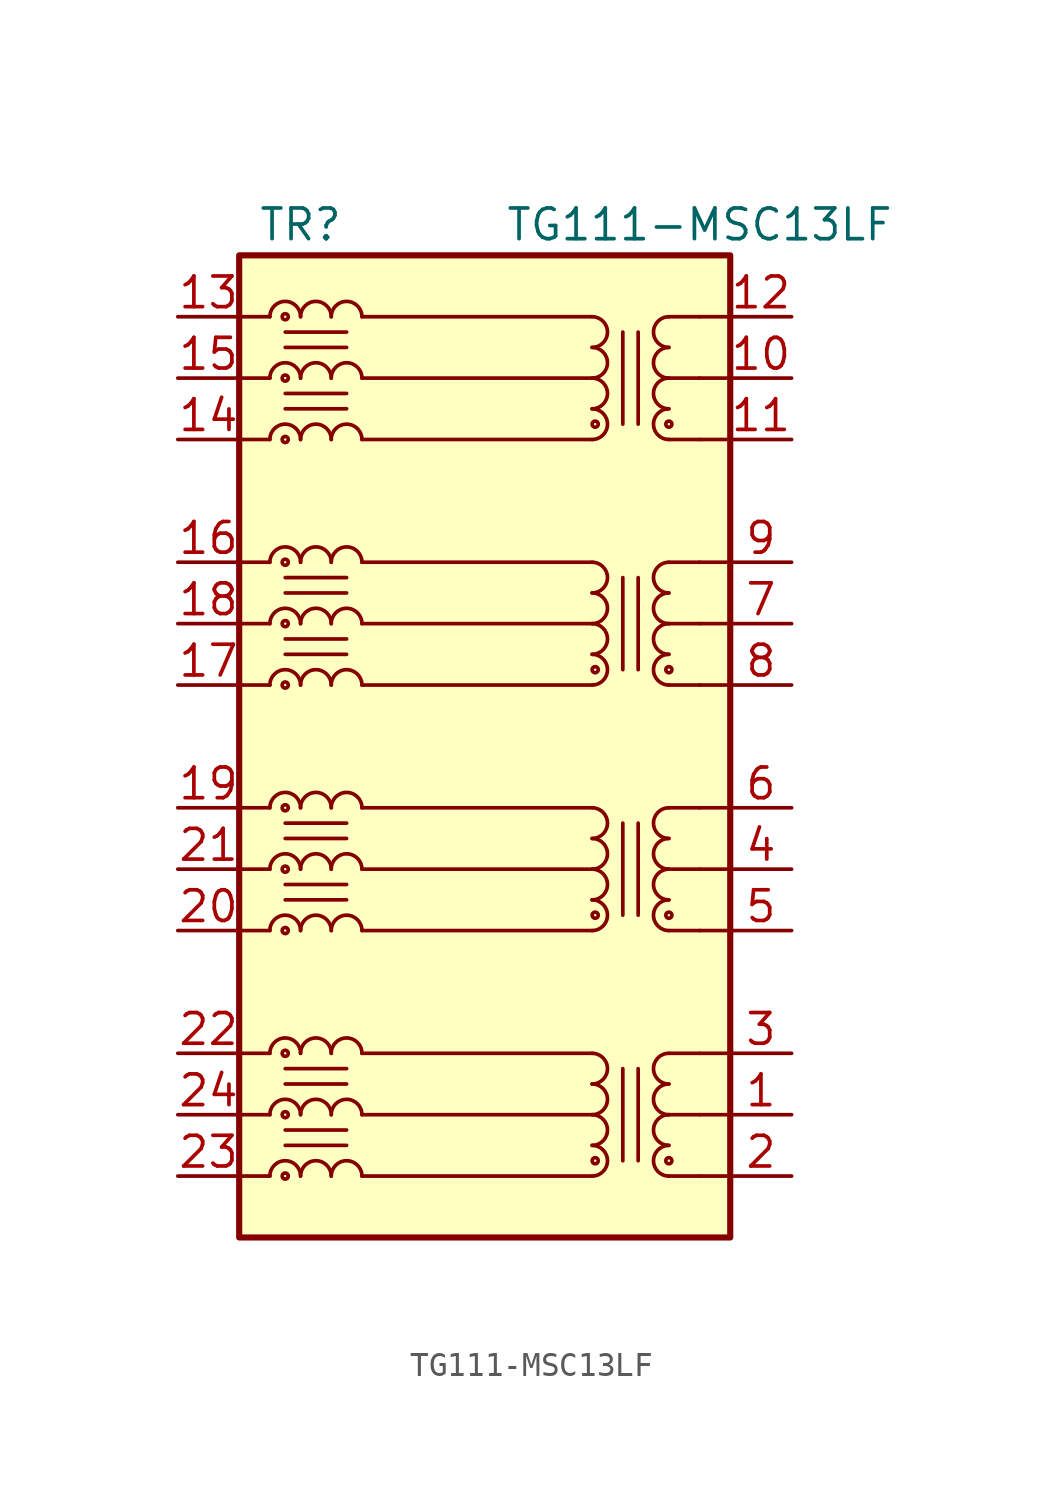
<source format=kicad_sym>
(kicad_symbol_lib
  (version 20200908)
  (generator kicad_symbol_editor)
  (symbol "Transformer:TG111-MSC13LF"
    (pin_names hide)
    (property "Reference" "TR"
      (at -7.62 21.59 0)
      (effects (font (size 1.27 1.27))))
    (property "Value" "TG111-MSC13LF"
      (at 8.89 21.59 0)
      (effects (font (size 1.27 1.27))))
    (symbol "TG111-MSC13LF_1_1"
      (arc (start -7.62 -17.78) (end -8.89 -17.78) (radius (at -8.255 -17.78) (length 0.635) (angles 0.1 179.9)) (stroke (width 0)) (fill (type none)))
      (arc (start -7.62 -15.24) (end -8.89 -15.24) (radius (at -8.255 -15.24) (length 0.635) (angles 0.1 179.9)) (stroke (width 0)) (fill (type none)))
      (arc (start -7.62 -12.7) (end -8.89 -12.7) (radius (at -8.255 -12.7) (length 0.635) (angles 0.1 179.9)) (stroke (width 0)) (fill (type none)))
      (arc (start -7.62 -7.62) (end -8.89 -7.62) (radius (at -8.255 -7.62) (length 0.635) (angles 0.1 179.9)) (stroke (width 0)) (fill (type none)))
      (arc (start -7.62 -5.08) (end -8.89 -5.08) (radius (at -8.255 -5.08) (length 0.635) (angles 0.1 179.9)) (stroke (width 0)) (fill (type none)))
      (arc (start -7.62 -2.54) (end -8.89 -2.54) (radius (at -8.255 -2.54) (length 0.635) (angles 0.1 179.9)) (stroke (width 0)) (fill (type none)))
      (arc (start -7.62 2.54) (end -8.89 2.54) (radius (at -8.255 2.54) (length 0.635) (angles 0.1 179.9)) (stroke (width 0)) (fill (type none)))
      (arc (start -7.62 5.08) (end -8.89 5.08) (radius (at -8.255 5.08) (length 0.635) (angles 0.1 179.9)) (stroke (width 0)) (fill (type none)))
      (arc (start -7.62 7.62) (end -8.89 7.62) (radius (at -8.255 7.62) (length 0.635) (angles 0.1 179.9)) (stroke (width 0)) (fill (type none)))
      (arc (start -7.62 12.7) (end -8.89 12.7) (radius (at -8.255 12.7) (length 0.635) (angles 0.1 179.9)) (stroke (width 0)) (fill (type none)))
      (arc (start -7.62 15.24) (end -8.89 15.24) (radius (at -8.255 15.24) (length 0.635) (angles 0.1 179.9)) (stroke (width 0)) (fill (type none)))
      (arc (start -7.62 17.78) (end -8.89 17.78) (radius (at -8.255 17.78) (length 0.635) (angles 0.1 179.9)) (stroke (width 0)) (fill (type none)))
      (arc (start -6.35 -17.78) (end -7.62 -17.78) (radius (at -6.985 -17.78) (length 0.635) (angles 0.1 179.9)) (stroke (width 0)) (fill (type none)))
      (arc (start -6.35 -15.24) (end -7.62 -15.24) (radius (at -6.985 -15.24) (length 0.635) (angles 0.1 179.9)) (stroke (width 0)) (fill (type none)))
      (arc (start -6.35 -12.7) (end -7.62 -12.7) (radius (at -6.985 -12.7) (length 0.635) (angles 0.1 179.9)) (stroke (width 0)) (fill (type none)))
      (arc (start -6.35 -7.62) (end -7.62 -7.62) (radius (at -6.985 -7.62) (length 0.635) (angles 0.1 179.9)) (stroke (width 0)) (fill (type none)))
      (arc (start -6.35 -5.08) (end -7.62 -5.08) (radius (at -6.985 -5.08) (length 0.635) (angles 0.1 179.9)) (stroke (width 0)) (fill (type none)))
      (arc (start -6.35 -2.54) (end -7.62 -2.54) (radius (at -6.985 -2.54) (length 0.635) (angles 0.1 179.9)) (stroke (width 0)) (fill (type none)))
      (arc (start -6.35 2.54) (end -7.62 2.54) (radius (at -6.985 2.54) (length 0.635) (angles 0.1 179.9)) (stroke (width 0)) (fill (type none)))
      (arc (start -6.35 5.08) (end -7.62 5.08) (radius (at -6.985 5.08) (length 0.635) (angles 0.1 179.9)) (stroke (width 0)) (fill (type none)))
      (arc (start -6.35 7.62) (end -7.62 7.62) (radius (at -6.985 7.62) (length 0.635) (angles 0.1 179.9)) (stroke (width 0)) (fill (type none)))
      (arc (start -6.35 12.7) (end -7.62 12.7) (radius (at -6.985 12.7) (length 0.635) (angles 0.1 179.9)) (stroke (width 0)) (fill (type none)))
      (arc (start -6.35 15.24) (end -7.62 15.24) (radius (at -6.985 15.24) (length 0.635) (angles 0.1 179.9)) (stroke (width 0)) (fill (type none)))
      (arc (start -6.35 17.78) (end -7.62 17.78) (radius (at -6.985 17.78) (length 0.635) (angles 0.1 179.9)) (stroke (width 0)) (fill (type none)))
      (arc (start -5.08 -17.78) (end -6.35 -17.78) (radius (at -5.715 -17.78) (length 0.635) (angles 0.1 179.9)) (stroke (width 0)) (fill (type none)))
      (arc (start -5.08 -15.24) (end -6.35 -15.24) (radius (at -5.715 -15.24) (length 0.635) (angles 0.1 179.9)) (stroke (width 0)) (fill (type none)))
      (arc (start -5.08 -12.7) (end -6.35 -12.7) (radius (at -5.715 -12.7) (length 0.635) (angles 0.1 179.9)) (stroke (width 0)) (fill (type none)))
      (arc (start -5.08 -7.62) (end -6.35 -7.62) (radius (at -5.715 -7.62) (length 0.635) (angles 0.1 179.9)) (stroke (width 0)) (fill (type none)))
      (arc (start -5.08 -5.08) (end -6.35 -5.08) (radius (at -5.715 -5.08) (length 0.635) (angles 0.1 179.9)) (stroke (width 0)) (fill (type none)))
      (arc (start -5.08 -2.54) (end -6.35 -2.54) (radius (at -5.715 -2.54) (length 0.635) (angles 0.1 179.9)) (stroke (width 0)) (fill (type none)))
      (arc (start -5.08 2.54) (end -6.35 2.54) (radius (at -5.715 2.54) (length 0.635) (angles 0.1 179.9)) (stroke (width 0)) (fill (type none)))
      (arc (start -5.08 5.08) (end -6.35 5.08) (radius (at -5.715 5.08) (length 0.635) (angles 0.1 179.9)) (stroke (width 0)) (fill (type none)))
      (arc (start -5.08 7.62) (end -6.35 7.62) (radius (at -5.715 7.62) (length 0.635) (angles 0.1 179.9)) (stroke (width 0)) (fill (type none)))
      (arc (start -5.08 12.7) (end -6.35 12.7) (radius (at -5.715 12.7) (length 0.635) (angles 0.1 179.9)) (stroke (width 0)) (fill (type none)))
      (arc (start -5.08 15.24) (end -6.35 15.24) (radius (at -5.715 15.24) (length 0.635) (angles 0.1 179.9)) (stroke (width 0)) (fill (type none)))
      (arc (start -5.08 17.78) (end -6.35 17.78) (radius (at -5.715 17.78) (length 0.635) (angles 0.1 179.9)) (stroke (width 0)) (fill (type none)))
      (arc (start 4.445 -17.78) (end 4.445 -16.51) (radius (at 4.445 -17.145) (length 0.635) (angles -89.9 89.9)) (stroke (width 0)) (fill (type none)))
      (arc (start 4.445 -16.51) (end 4.445 -15.24) (radius (at 4.445 -15.875) (length 0.635) (angles -89.9 89.9)) (stroke (width 0)) (fill (type none)))
      (arc (start 4.445 -15.24) (end 4.445 -13.97) (radius (at 4.445 -14.605) (length 0.635) (angles -89.9 89.9)) (stroke (width 0)) (fill (type none)))
      (arc (start 4.445 -13.97) (end 4.445 -12.7) (radius (at 4.445 -13.335) (length 0.635) (angles -89.9 89.9)) (stroke (width 0)) (fill (type none)))
      (arc (start 4.445 -7.62) (end 4.445 -6.35) (radius (at 4.445 -6.985) (length 0.635) (angles -89.9 89.9)) (stroke (width 0)) (fill (type none)))
      (arc (start 4.445 -6.35) (end 4.445 -5.08) (radius (at 4.445 -5.715) (length 0.635) (angles -89.9 89.9)) (stroke (width 0)) (fill (type none)))
      (arc (start 4.445 -5.08) (end 4.445 -3.81) (radius (at 4.445 -4.445) (length 0.635) (angles -89.9 89.9)) (stroke (width 0)) (fill (type none)))
      (arc (start 4.445 -3.81) (end 4.445 -2.54) (radius (at 4.445 -3.175) (length 0.635) (angles -89.9 89.9)) (stroke (width 0)) (fill (type none)))
      (arc (start 4.445 2.54) (end 4.445 3.81) (radius (at 4.445 3.175) (length 0.635) (angles -89.9 89.9)) (stroke (width 0)) (fill (type none)))
      (arc (start 4.445 3.81) (end 4.445 5.08) (radius (at 4.445 4.445) (length 0.635) (angles -89.9 89.9)) (stroke (width 0)) (fill (type none)))
      (arc (start 4.445 5.08) (end 4.445 6.35) (radius (at 4.445 5.715) (length 0.635) (angles -89.9 89.9)) (stroke (width 0)) (fill (type none)))
      (arc (start 4.445 6.35) (end 4.445 7.62) (radius (at 4.445 6.985) (length 0.635) (angles -89.9 89.9)) (stroke (width 0)) (fill (type none)))
      (arc (start 4.445 12.7) (end 4.445 13.97) (radius (at 4.445 13.335) (length 0.635) (angles -89.9 89.9)) (stroke (width 0)) (fill (type none)))
      (arc (start 4.445 13.97) (end 4.445 15.24) (radius (at 4.445 14.605) (length 0.635) (angles -89.9 89.9)) (stroke (width 0)) (fill (type none)))
      (arc (start 4.445 15.24) (end 4.445 16.51) (radius (at 4.445 15.875) (length 0.635) (angles -89.9 89.9)) (stroke (width 0)) (fill (type none)))
      (arc (start 4.445 16.51) (end 4.445 17.78) (radius (at 4.445 17.145) (length 0.635) (angles -89.9 89.9)) (stroke (width 0)) (fill (type none)))
      (arc (start 7.62 -16.51) (end 7.62 -17.78) (radius (at 7.62 -17.145) (length 0.635) (angles 90.1 -90.1)) (stroke (width 0)) (fill (type none)))
      (arc (start 7.62 -15.24) (end 7.62 -16.51) (radius (at 7.62 -15.875) (length 0.635) (angles 90.1 -90.1)) (stroke (width 0)) (fill (type none)))
      (arc (start 7.62 -13.97) (end 7.62 -15.24) (radius (at 7.62 -14.605) (length 0.635) (angles 90.1 -90.1)) (stroke (width 0)) (fill (type none)))
      (arc (start 7.62 -12.7) (end 7.62 -13.97) (radius (at 7.62 -13.335) (length 0.635) (angles 90.1 -90.1)) (stroke (width 0)) (fill (type none)))
      (arc (start 7.62 -6.35) (end 7.62 -7.62) (radius (at 7.62 -6.985) (length 0.635) (angles 90.1 -90.1)) (stroke (width 0)) (fill (type none)))
      (arc (start 7.62 -5.08) (end 7.62 -6.35) (radius (at 7.62 -5.715) (length 0.635) (angles 90.1 -90.1)) (stroke (width 0)) (fill (type none)))
      (arc (start 7.62 -3.81) (end 7.62 -5.08) (radius (at 7.62 -4.445) (length 0.635) (angles 90.1 -90.1)) (stroke (width 0)) (fill (type none)))
      (arc (start 7.62 -2.54) (end 7.62 -3.81) (radius (at 7.62 -3.175) (length 0.635) (angles 90.1 -90.1)) (stroke (width 0)) (fill (type none)))
      (arc (start 7.62 3.81) (end 7.62 2.54) (radius (at 7.62 3.175) (length 0.635) (angles 90.1 -90.1)) (stroke (width 0)) (fill (type none)))
      (arc (start 7.62 5.08) (end 7.62 3.81) (radius (at 7.62 4.445) (length 0.635) (angles 90.1 -90.1)) (stroke (width 0)) (fill (type none)))
      (arc (start 7.62 6.35) (end 7.62 5.08) (radius (at 7.62 5.715) (length 0.635) (angles 90.1 -90.1)) (stroke (width 0)) (fill (type none)))
      (arc (start 7.62 7.62) (end 7.62 6.35) (radius (at 7.62 6.985) (length 0.635) (angles 90.1 -90.1)) (stroke (width 0)) (fill (type none)))
      (arc (start 7.62 13.97) (end 7.62 12.7) (radius (at 7.62 13.335) (length 0.635) (angles 90.1 -90.1)) (stroke (width 0)) (fill (type none)))
      (arc (start 7.62 15.24) (end 7.62 13.97) (radius (at 7.62 14.605) (length 0.635) (angles 90.1 -90.1)) (stroke (width 0)) (fill (type none)))
      (arc (start 7.62 16.51) (end 7.62 15.24) (radius (at 7.62 15.875) (length 0.635) (angles 90.1 -90.1)) (stroke (width 0)) (fill (type none)))
      (arc (start 7.62 17.78) (end 7.62 16.51) (radius (at 7.62 17.145) (length 0.635) (angles 90.1 -90.1)) (stroke (width 0)) (fill (type none)))
      (circle (center -8.255 -17.78) (radius 0.127) (stroke (width 0)) (fill (type none)))
      (circle (center -8.255 -15.24) (radius 0.127) (stroke (width 0)) (fill (type none)))
      (circle (center -8.255 -12.7) (radius 0.127) (stroke (width 0)) (fill (type none)))
      (circle (center -8.255 -7.62) (radius 0.127) (stroke (width 0)) (fill (type none)))
      (circle (center -8.255 -5.08) (radius 0.127) (stroke (width 0)) (fill (type none)))
      (circle (center -8.255 -2.54) (radius 0.127) (stroke (width 0)) (fill (type none)))
      (circle (center -8.255 2.54) (radius 0.127) (stroke (width 0)) (fill (type none)))
      (circle (center -8.255 5.08) (radius 0.127) (stroke (width 0)) (fill (type none)))
      (circle (center -8.255 7.62) (radius 0.127) (stroke (width 0)) (fill (type none)))
      (circle (center -8.255 12.7) (radius 0.127) (stroke (width 0)) (fill (type none)))
      (circle (center -8.255 15.24) (radius 0.127) (stroke (width 0)) (fill (type none)))
      (circle (center -8.255 17.78) (radius 0.127) (stroke (width 0)) (fill (type none)))
      (circle (center 4.572 -17.145) (radius 0.127) (stroke (width 0)) (fill (type none)))
      (circle (center 4.572 -6.985) (radius 0.127) (stroke (width 0)) (fill (type none)))
      (circle (center 4.572 3.175) (radius 0.127) (stroke (width 0)) (fill (type none)))
      (circle (center 4.572 13.335) (radius 0.127) (stroke (width 0)) (fill (type none)))
      (circle (center 7.62 -17.145) (radius 0.127) (stroke (width 0)) (fill (type none)))
      (circle (center 7.62 -6.985) (radius 0.127) (stroke (width 0)) (fill (type none)))
      (circle (center 7.62 3.175) (radius 0.127) (stroke (width 0)) (fill (type none)))
      (circle (center 7.62 13.335) (radius 0.127) (stroke (width 0)) (fill (type none)))
      (polyline (pts (xy -10.16 -17.78) (xy -8.89 -17.78)) (stroke (width 0)) (fill (type none)))
      (polyline (pts (xy -10.16 -15.24) (xy -8.89 -15.24)) (stroke (width 0)) (fill (type none)))
      (polyline (pts (xy -10.16 -12.7) (xy -8.89 -12.7)) (stroke (width 0)) (fill (type none)))
      (polyline (pts (xy -10.16 -7.62) (xy -8.89 -7.62)) (stroke (width 0)) (fill (type none)))
      (polyline (pts (xy -10.16 -5.08) (xy -8.89 -5.08)) (stroke (width 0)) (fill (type none)))
      (polyline (pts (xy -10.16 -2.54) (xy -8.89 -2.54)) (stroke (width 0)) (fill (type none)))
      (polyline (pts (xy -10.16 2.54) (xy -8.89 2.54)) (stroke (width 0)) (fill (type none)))
      (polyline (pts (xy -10.16 5.08) (xy -8.89 5.08)) (stroke (width 0)) (fill (type none)))
      (polyline (pts (xy -10.16 7.62) (xy -8.89 7.62)) (stroke (width 0)) (fill (type none)))
      (polyline (pts (xy -10.16 12.7) (xy -8.89 12.7)) (stroke (width 0)) (fill (type none)))
      (polyline (pts (xy -10.16 15.24) (xy -8.89 15.24)) (stroke (width 0)) (fill (type none)))
      (polyline (pts (xy -10.16 17.78) (xy -8.89 17.78)) (stroke (width 0)) (fill (type none)))
      (polyline (pts (xy -8.255 -16.51) (xy -5.715 -16.51)) (stroke (width 0)) (fill (type none)))
      (polyline (pts (xy -8.255 -15.875) (xy -5.715 -15.875)) (stroke (width 0)) (fill (type none)))
      (polyline (pts (xy -8.255 -13.97) (xy -5.715 -13.97)) (stroke (width 0)) (fill (type none)))
      (polyline (pts (xy -8.255 -13.335) (xy -5.715 -13.335)) (stroke (width 0)) (fill (type none)))
      (polyline (pts (xy -8.255 -6.35) (xy -5.715 -6.35)) (stroke (width 0)) (fill (type none)))
      (polyline (pts (xy -8.255 -5.715) (xy -5.715 -5.715)) (stroke (width 0)) (fill (type none)))
      (polyline (pts (xy -8.255 -3.81) (xy -5.715 -3.81)) (stroke (width 0)) (fill (type none)))
      (polyline (pts (xy -8.255 -3.175) (xy -5.715 -3.175)) (stroke (width 0)) (fill (type none)))
      (polyline (pts (xy -8.255 3.81) (xy -5.715 3.81)) (stroke (width 0)) (fill (type none)))
      (polyline (pts (xy -8.255 4.445) (xy -5.715 4.445)) (stroke (width 0)) (fill (type none)))
      (polyline (pts (xy -8.255 6.35) (xy -5.715 6.35)) (stroke (width 0)) (fill (type none)))
      (polyline (pts (xy -8.255 6.985) (xy -5.715 6.985)) (stroke (width 0)) (fill (type none)))
      (polyline (pts (xy -8.255 13.97) (xy -5.715 13.97)) (stroke (width 0)) (fill (type none)))
      (polyline (pts (xy -8.255 14.605) (xy -5.715 14.605)) (stroke (width 0)) (fill (type none)))
      (polyline (pts (xy -8.255 16.51) (xy -5.715 16.51)) (stroke (width 0)) (fill (type none)))
      (polyline (pts (xy -8.255 17.145) (xy -5.715 17.145)) (stroke (width 0)) (fill (type none)))
      (polyline (pts (xy -5.08 -17.78) (xy 4.445 -17.78)) (stroke (width 0)) (fill (type none)))
      (polyline (pts (xy -5.08 -15.24) (xy 4.445 -15.24)) (stroke (width 0)) (fill (type none)))
      (polyline (pts (xy -5.08 -12.7) (xy 4.445 -12.7)) (stroke (width 0)) (fill (type none)))
      (polyline (pts (xy -5.08 -7.62) (xy 4.445 -7.62)) (stroke (width 0)) (fill (type none)))
      (polyline (pts (xy -5.08 -5.08) (xy 4.445 -5.08)) (stroke (width 0)) (fill (type none)))
      (polyline (pts (xy -5.08 -2.54) (xy 4.445 -2.54)) (stroke (width 0)) (fill (type none)))
      (polyline (pts (xy -5.08 2.54) (xy 4.445 2.54)) (stroke (width 0)) (fill (type none)))
      (polyline (pts (xy -5.08 5.08) (xy 4.445 5.08)) (stroke (width 0)) (fill (type none)))
      (polyline (pts (xy -5.08 7.62) (xy 4.445 7.62)) (stroke (width 0)) (fill (type none)))
      (polyline (pts (xy -5.08 12.7) (xy 4.445 12.7)) (stroke (width 0)) (fill (type none)))
      (polyline (pts (xy -5.08 15.24) (xy 4.445 15.24)) (stroke (width 0)) (fill (type none)))
      (polyline (pts (xy -5.08 17.78) (xy 4.445 17.78)) (stroke (width 0)) (fill (type none)))
      (polyline (pts (xy 5.715 -13.335) (xy 5.715 -17.145)) (stroke (width 0)) (fill (type none)))
      (polyline (pts (xy 5.715 -3.175) (xy 5.715 -6.985)) (stroke (width 0)) (fill (type none)))
      (polyline (pts (xy 5.715 6.985) (xy 5.715 3.175)) (stroke (width 0)) (fill (type none)))
      (polyline (pts (xy 5.715 17.145) (xy 5.715 13.335)) (stroke (width 0)) (fill (type none)))
      (polyline (pts (xy 6.35 -13.335) (xy 6.35 -17.145)) (stroke (width 0)) (fill (type none)))
      (polyline (pts (xy 6.35 -3.175) (xy 6.35 -6.985)) (stroke (width 0)) (fill (type none)))
      (polyline (pts (xy 6.35 6.985) (xy 6.35 3.175)) (stroke (width 0)) (fill (type none)))
      (polyline (pts (xy 6.35 17.145) (xy 6.35 13.335)) (stroke (width 0)) (fill (type none)))
      (polyline (pts (xy 8.89 -17.78) (xy 7.62 -17.78)) (stroke (width 0)) (fill (type none)))
      (polyline (pts (xy 8.89 -15.24) (xy 7.62 -15.24)) (stroke (width 0)) (fill (type none)))
      (polyline (pts (xy 8.89 -12.7) (xy 7.62 -12.7)) (stroke (width 0)) (fill (type none)))
      (polyline (pts (xy 8.89 -7.62) (xy 7.62 -7.62)) (stroke (width 0)) (fill (type none)))
      (polyline (pts (xy 8.89 -5.08) (xy 7.62 -5.08)) (stroke (width 0)) (fill (type none)))
      (polyline (pts (xy 8.89 -2.54) (xy 7.62 -2.54)) (stroke (width 0)) (fill (type none)))
      (polyline (pts (xy 8.89 2.54) (xy 7.62 2.54)) (stroke (width 0)) (fill (type none)))
      (polyline (pts (xy 8.89 5.08) (xy 7.62 5.08)) (stroke (width 0)) (fill (type none)))
      (polyline (pts (xy 8.89 7.62) (xy 7.62 7.62)) (stroke (width 0)) (fill (type none)))
      (polyline (pts (xy 8.89 12.7) (xy 7.62 12.7)) (stroke (width 0)) (fill (type none)))
      (polyline (pts (xy 8.89 15.24) (xy 7.62 15.24)) (stroke (width 0)) (fill (type none)))
      (polyline (pts (xy 8.89 17.78) (xy 7.62 17.78)) (stroke (width 0)) (fill (type none)))
      (polyline (pts (xy 10.16 -7.62) (xy 8.89 -7.62)) (stroke (width 0)) (fill (type none)))
      (polyline (pts (xy 10.16 -5.08) (xy 8.89 -5.08)) (stroke (width 0)) (fill (type none)))
      (polyline (pts (xy 10.16 -2.54) (xy 8.89 -2.54)) (stroke (width 0)) (fill (type none)))
      (polyline (pts (xy 10.16 2.54) (xy 8.89 2.54)) (stroke (width 0)) (fill (type none)))
      (polyline (pts (xy 10.16 5.08) (xy 8.89 5.08)) (stroke (width 0)) (fill (type none)))
      (polyline (pts (xy 10.16 7.62) (xy 8.89 7.62)) (stroke (width 0)) (fill (type none)))
      (polyline (pts (xy 10.16 12.7) (xy 8.89 12.7)) (stroke (width 0)) (fill (type none)))
      (polyline (pts (xy 10.16 15.24) (xy 8.89 15.24)) (stroke (width 0)) (fill (type none)))
      (polyline (pts (xy 10.16 17.78) (xy 8.89 17.78)) (stroke (width 0)) (fill (type none))))
    (symbol "TG111-MSC13LF_0_1"
      (rectangle (start 10.16 20.32) (end -10.16 -20.32) (stroke (width 0.254)) (fill (type background)))
      (polyline (pts (xy 10.16 -17.78) (xy 8.89 -17.78)) (stroke (width 0)) (fill (type none)))
      (polyline (pts (xy 10.16 -15.24) (xy 8.89 -15.24)) (stroke (width 0)) (fill (type none)))
      (polyline (pts (xy 10.16 -12.7) (xy 8.89 -12.7)) (stroke (width 0)) (fill (type none)))
      (pin passive line (at 12.7 -15.24 180) (length 2.54) (name "TCT1" (effects (font (size 1.27 1.27)))) (number "1" (effects (font (size 1.27 1.27)))))
      (pin passive line (at 12.7 15.24 180) (length 2.54) (name "TCT4" (effects (font (size 1.27 1.27)))) (number "10" (effects (font (size 1.27 1.27)))))
      (pin passive line (at 12.7 12.7 180) (length 2.54) (name "TD4+" (effects (font (size 1.27 1.27)))) (number "11" (effects (font (size 1.27 1.27)))))
      (pin passive line (at 12.7 17.78 180) (length 2.54) (name "TD4-" (effects (font (size 1.27 1.27)))) (number "12" (effects (font (size 1.27 1.27)))))
      (pin passive line (at -12.7 17.78 0) (length 2.54) (name "MX4-" (effects (font (size 1.27 1.27)))) (number "13" (effects (font (size 1.27 1.27)))))
      (pin passive line (at -12.7 12.7 0) (length 2.54) (name "MX4+" (effects (font (size 1.27 1.27)))) (number "14" (effects (font (size 1.27 1.27)))))
      (pin passive line (at -12.7 15.24 0) (length 2.54) (name "MCT4" (effects (font (size 1.27 1.27)))) (number "15" (effects (font (size 1.27 1.27)))))
      (pin passive line (at -12.7 7.62 0) (length 2.54) (name "MTX3-" (effects (font (size 1.27 1.27)))) (number "16" (effects (font (size 1.27 1.27)))))
      (pin passive line (at -12.7 2.54 0) (length 2.54) (name "MTX3+" (effects (font (size 1.27 1.27)))) (number "17" (effects (font (size 1.27 1.27)))))
      (pin passive line (at -12.7 5.08 0) (length 2.54) (name "MCT3" (effects (font (size 1.27 1.27)))) (number "18" (effects (font (size 1.27 1.27)))))
      (pin passive line (at -12.7 -2.54 0) (length 2.54) (name "MTX2-" (effects (font (size 1.27 1.27)))) (number "19" (effects (font (size 1.27 1.27)))))
      (pin passive line (at 12.7 -17.78 180) (length 2.54) (name "TD1+" (effects (font (size 1.27 1.27)))) (number "2" (effects (font (size 1.27 1.27)))))
      (pin passive line (at -12.7 -7.62 0) (length 2.54) (name "MTX2+" (effects (font (size 1.27 1.27)))) (number "20" (effects (font (size 1.27 1.27)))))
      (pin passive line (at -12.7 -5.08 0) (length 2.54) (name "MCT2" (effects (font (size 1.27 1.27)))) (number "21" (effects (font (size 1.27 1.27)))))
      (pin passive line (at -12.7 -12.7 0) (length 2.54) (name "MTX1-" (effects (font (size 1.27 1.27)))) (number "22" (effects (font (size 1.27 1.27)))))
      (pin passive line (at -12.7 -17.78 0) (length 2.54) (name "MTX1+" (effects (font (size 1.27 1.27)))) (number "23" (effects (font (size 1.27 1.27)))))
      (pin passive line (at -12.7 -15.24 0) (length 2.54) (name "MTC1" (effects (font (size 1.27 1.27)))) (number "24" (effects (font (size 1.27 1.27)))))
      (pin passive line (at 12.7 -12.7 180) (length 2.54) (name "TD1-" (effects (font (size 1.27 1.27)))) (number "3" (effects (font (size 1.27 1.27)))))
      (pin passive line (at 12.7 -5.08 180) (length 2.54) (name "TCT2" (effects (font (size 1.27 1.27)))) (number "4" (effects (font (size 1.27 1.27)))))
      (pin passive line (at 12.7 -7.62 180) (length 2.54) (name "TD2+" (effects (font (size 1.27 1.27)))) (number "5" (effects (font (size 1.27 1.27)))))
      (pin passive line (at 12.7 -2.54 180) (length 2.54) (name "TD2-" (effects (font (size 1.27 1.27)))) (number "6" (effects (font (size 1.27 1.27)))))
      (pin passive line (at 12.7 5.08 180) (length 2.54) (name "TCT3" (effects (font (size 1.27 1.27)))) (number "7" (effects (font (size 1.27 1.27)))))
      (pin passive line (at 12.7 2.54 180) (length 2.54) (name "TD3+" (effects (font (size 1.27 1.27)))) (number "8" (effects (font (size 1.27 1.27)))))
      (pin passive line (at 12.7 7.62 180) (length 2.54) (name "TD3-" (effects (font (size 1.27 1.27)))) (number "9" (effects (font (size 1.27 1.27))))))))
</source>
